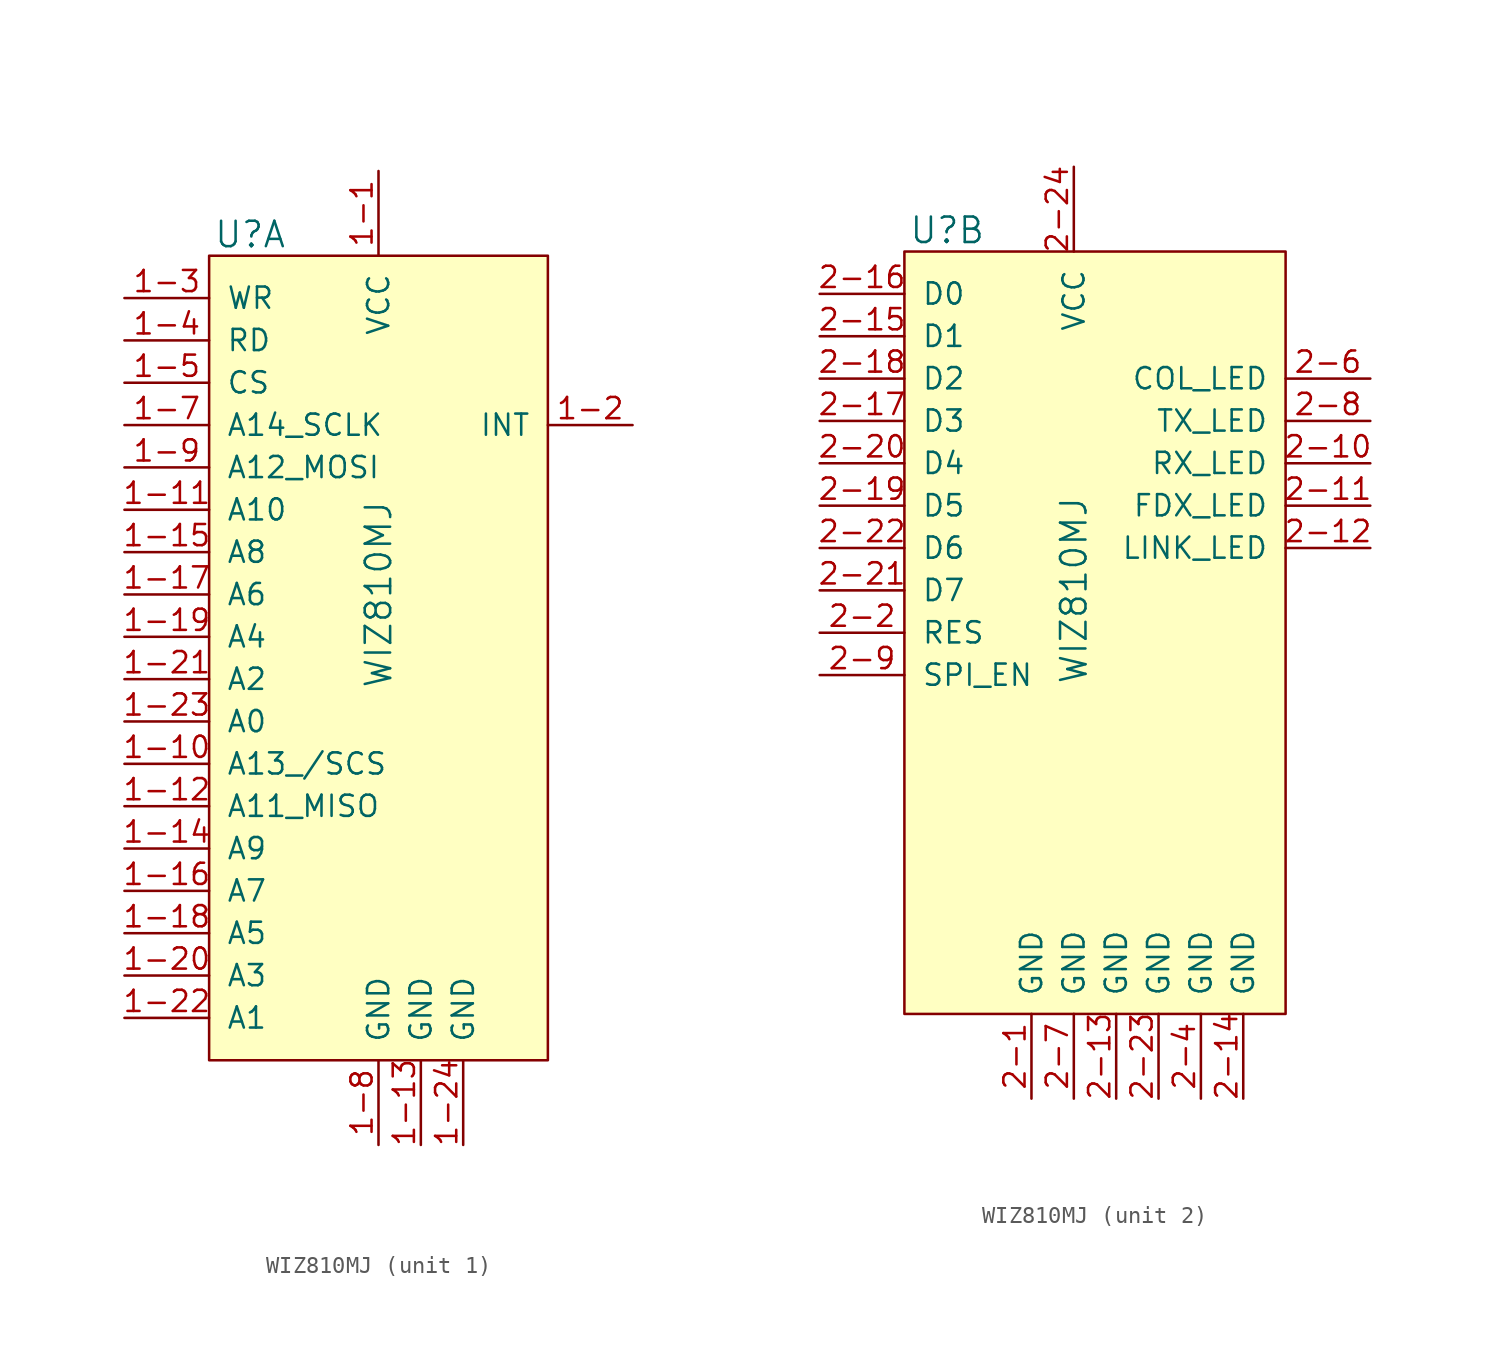
<source format=kicad_sym>
(kicad_symbol_lib
  (version 20211014)
  (generator kicad_symbol_editor)
  (symbol "WIZ810MJ"
    (pin_names
      (offset 1.016))
    (property "Reference" "U"
      (at -9.906 21.59 0)
      (effects (font (size 1.524 1.524)) (justify left)))
    (property "Value" "WIZ810MJ"
      (at 0 0 90)
      (effects (font (size 1.524 1.524))))
    (property "ki_locked" ""
      (at 0 0 0)
      (effects (font (size 1.27 1.27))))
    (symbol "WIZ810MJ_1_1"
      (rectangle (start -10.16 20.32) (end 10.16 -27.94) (stroke (width 0) (type default) (color 0 0 0 0)) (fill (type background)))
      (pin power_in line (at 0 25.4 270) (length 5.08) (name "VCC" (effects (font (size 1.27 1.27)))) (number "1-1" (effects (font (size 1.27 1.27)))))
      (pin input line (at -15.24 -10.16 0) (length 5.08) (name "A13_/SCS" (effects (font (size 1.27 1.27)))) (number "1-10" (effects (font (size 1.27 1.27)))))
      (pin input line (at -15.24 5.08 0) (length 5.08) (name "A10" (effects (font (size 1.27 1.27)))) (number "1-11" (effects (font (size 1.27 1.27)))))
      (pin bidirectional line (at -15.24 -12.7 0) (length 5.08) (name "A11_MISO" (effects (font (size 1.27 1.27)))) (number "1-12" (effects (font (size 1.27 1.27)))))
      (pin power_in line (at 2.54 -33.02 90) (length 5.08) (name "GND" (effects (font (size 1.27 1.27)))) (number "1-13" (effects (font (size 1.27 1.27)))))
      (pin input line (at -15.24 -15.24 0) (length 5.08) (name "A9" (effects (font (size 1.27 1.27)))) (number "1-14" (effects (font (size 1.27 1.27)))))
      (pin input line (at -15.24 2.54 0) (length 5.08) (name "A8" (effects (font (size 1.27 1.27)))) (number "1-15" (effects (font (size 1.27 1.27)))))
      (pin input line (at -15.24 -17.78 0) (length 5.08) (name "A7" (effects (font (size 1.27 1.27)))) (number "1-16" (effects (font (size 1.27 1.27)))))
      (pin input line (at -15.24 0 0) (length 5.08) (name "A6" (effects (font (size 1.27 1.27)))) (number "1-17" (effects (font (size 1.27 1.27)))))
      (pin input line (at -15.24 -20.32 0) (length 5.08) (name "A5" (effects (font (size 1.27 1.27)))) (number "1-18" (effects (font (size 1.27 1.27)))))
      (pin input line (at -15.24 -2.54 0) (length 5.08) (name "A4" (effects (font (size 1.27 1.27)))) (number "1-19" (effects (font (size 1.27 1.27)))))
      (pin output line (at 15.24 10.16 180) (length 5.08) (name "INT" (effects (font (size 1.27 1.27)))) (number "1-2" (effects (font (size 1.27 1.27)))))
      (pin input line (at -15.24 -22.86 0) (length 5.08) (name "A3" (effects (font (size 1.27 1.27)))) (number "1-20" (effects (font (size 1.27 1.27)))))
      (pin input line (at -15.24 -5.08 0) (length 5.08) (name "A2" (effects (font (size 1.27 1.27)))) (number "1-21" (effects (font (size 1.27 1.27)))))
      (pin input line (at -15.24 -25.4 0) (length 5.08) (name "A1" (effects (font (size 1.27 1.27)))) (number "1-22" (effects (font (size 1.27 1.27)))))
      (pin input line (at -15.24 -7.62 0) (length 5.08) (name "A0" (effects (font (size 1.27 1.27)))) (number "1-23" (effects (font (size 1.27 1.27)))))
      (pin power_in line (at 5.08 -33.02 90) (length 5.08) (name "GND" (effects (font (size 1.27 1.27)))) (number "1-24" (effects (font (size 1.27 1.27)))))
      (pin no_connect line (at 10.16 -12.7 180) (length 5.08) hide (name "NC" (effects (font (size 1.27 1.27)))) (number "1-25" (effects (font (size 1.27 1.27)))))
      (pin no_connect line (at 10.16 -15.24 180) (length 5.08) hide (name "NC" (effects (font (size 1.27 1.27)))) (number "1-26" (effects (font (size 1.27 1.27)))))
      (pin no_connect line (at 10.16 -17.78 180) (length 5.08) hide (name "NC" (effects (font (size 1.27 1.27)))) (number "1-27" (effects (font (size 1.27 1.27)))))
      (pin no_connect line (at 10.16 -20.32 180) (length 5.08) hide (name "NC" (effects (font (size 1.27 1.27)))) (number "1-28" (effects (font (size 1.27 1.27)))))
      (pin input line (at -15.24 17.78 0) (length 5.08) (name "WR" (effects (font (size 1.27 1.27)))) (number "1-3" (effects (font (size 1.27 1.27)))))
      (pin input line (at -15.24 15.24 0) (length 5.08) (name "RD" (effects (font (size 1.27 1.27)))) (number "1-4" (effects (font (size 1.27 1.27)))))
      (pin input line (at -15.24 12.7 0) (length 5.08) (name "CS" (effects (font (size 1.27 1.27)))) (number "1-5" (effects (font (size 1.27 1.27)))))
      (pin no_connect line (at 10.16 -10.16 180) (length 5.08) hide (name "NC" (effects (font (size 1.27 1.27)))) (number "1-6" (effects (font (size 1.27 1.27)))))
      (pin input line (at -15.24 10.16 0) (length 5.08) (name "A14_SCLK" (effects (font (size 1.27 1.27)))) (number "1-7" (effects (font (size 1.27 1.27)))))
      (pin power_in line (at 0 -33.02 90) (length 5.08) (name "GND" (effects (font (size 1.27 1.27)))) (number "1-8" (effects (font (size 1.27 1.27)))))
      (pin input line (at -15.24 7.62 0) (length 5.08) (name "A12_MOSI" (effects (font (size 1.27 1.27)))) (number "1-9" (effects (font (size 1.27 1.27))))))
    (symbol "WIZ810MJ_2_1"
      (rectangle (start -10.16 20.32) (end 12.7 -25.4) (stroke (width 0) (type default) (color 0 0 0 0)) (fill (type background)))
      (pin power_in line (at -2.54 -30.48 90) (length 5.08) (name "GND" (effects (font (size 1.27 1.27)))) (number "2-1" (effects (font (size 1.27 1.27)))))
      (pin output line (at 17.78 7.62 180) (length 5.08) (name "RX_LED" (effects (font (size 1.27 1.27)))) (number "2-10" (effects (font (size 1.27 1.27)))))
      (pin output line (at 17.78 5.08 180) (length 5.08) (name "FDX_LED" (effects (font (size 1.27 1.27)))) (number "2-11" (effects (font (size 1.27 1.27)))))
      (pin output line (at 17.78 2.54 180) (length 5.08) (name "LINK_LED" (effects (font (size 1.27 1.27)))) (number "2-12" (effects (font (size 1.27 1.27)))))
      (pin power_in line (at 2.54 -30.48 90) (length 5.08) (name "GND" (effects (font (size 1.27 1.27)))) (number "2-13" (effects (font (size 1.27 1.27)))))
      (pin power_in line (at 10.16 -30.48 90) (length 5.08) (name "GND" (effects (font (size 1.27 1.27)))) (number "2-14" (effects (font (size 1.27 1.27)))))
      (pin bidirectional line (at -15.24 15.24 0) (length 5.08) (name "D1" (effects (font (size 1.27 1.27)))) (number "2-15" (effects (font (size 1.27 1.27)))))
      (pin bidirectional line (at -15.24 17.78 0) (length 5.08) (name "D0" (effects (font (size 1.27 1.27)))) (number "2-16" (effects (font (size 1.27 1.27)))))
      (pin bidirectional line (at -15.24 10.16 0) (length 5.08) (name "D3" (effects (font (size 1.27 1.27)))) (number "2-17" (effects (font (size 1.27 1.27)))))
      (pin bidirectional line (at -15.24 12.7 0) (length 5.08) (name "D2" (effects (font (size 1.27 1.27)))) (number "2-18" (effects (font (size 1.27 1.27)))))
      (pin bidirectional line (at -15.24 5.08 0) (length 5.08) (name "D5" (effects (font (size 1.27 1.27)))) (number "2-19" (effects (font (size 1.27 1.27)))))
      (pin input line (at -15.24 -2.54 0) (length 5.08) (name "RES" (effects (font (size 1.27 1.27)))) (number "2-2" (effects (font (size 1.27 1.27)))))
      (pin bidirectional line (at -15.24 7.62 0) (length 5.08) (name "D4" (effects (font (size 1.27 1.27)))) (number "2-20" (effects (font (size 1.27 1.27)))))
      (pin bidirectional line (at -15.24 0 0) (length 5.08) (name "D7" (effects (font (size 1.27 1.27)))) (number "2-21" (effects (font (size 1.27 1.27)))))
      (pin bidirectional line (at -15.24 2.54 0) (length 5.08) (name "D6" (effects (font (size 1.27 1.27)))) (number "2-22" (effects (font (size 1.27 1.27)))))
      (pin power_in line (at 5.08 -30.48 90) (length 5.08) (name "GND" (effects (font (size 1.27 1.27)))) (number "2-23" (effects (font (size 1.27 1.27)))))
      (pin power_in line (at 0 25.4 270) (length 5.08) (name "VCC" (effects (font (size 1.27 1.27)))) (number "2-24" (effects (font (size 1.27 1.27)))))
      (pin no_connect line (at -10.16 -12.7 0) (length 5.08) hide (name "NC" (effects (font (size 1.27 1.27)))) (number "2-25" (effects (font (size 1.27 1.27)))))
      (pin no_connect line (at -10.16 -17.78 0) (length 5.08) hide (name "NC" (effects (font (size 1.27 1.27)))) (number "2-26" (effects (font (size 1.27 1.27)))))
      (pin no_connect line (at -10.16 -15.24 0) (length 5.08) hide (name "NC" (effects (font (size 1.27 1.27)))) (number "2-27" (effects (font (size 1.27 1.27)))))
      (pin no_connect line (at -10.16 -20.32 0) (length 5.08) hide (name "NC" (effects (font (size 1.27 1.27)))) (number "2-28" (effects (font (size 1.27 1.27)))))
      (pin no_connect line (at -10.16 -7.62 0) (length 5.08) hide (name "NC" (effects (font (size 1.27 1.27)))) (number "2-3" (effects (font (size 1.27 1.27)))))
      (pin power_in line (at 7.62 -30.48 90) (length 5.08) (name "GND" (effects (font (size 1.27 1.27)))) (number "2-4" (effects (font (size 1.27 1.27)))))
      (pin no_connect line (at -10.16 -10.16 0) (length 5.08) hide (name "NC" (effects (font (size 1.27 1.27)))) (number "2-5" (effects (font (size 1.27 1.27)))))
      (pin output line (at 17.78 12.7 180) (length 5.08) (name "COL_LED" (effects (font (size 1.27 1.27)))) (number "2-6" (effects (font (size 1.27 1.27)))))
      (pin power_in line (at 0 -30.48 90) (length 5.08) (name "GND" (effects (font (size 1.27 1.27)))) (number "2-7" (effects (font (size 1.27 1.27)))))
      (pin output line (at 17.78 10.16 180) (length 5.08) (name "TX_LED" (effects (font (size 1.27 1.27)))) (number "2-8" (effects (font (size 1.27 1.27)))))
      (pin input line (at -15.24 -5.08 0) (length 5.08) (name "SPI_EN" (effects (font (size 1.27 1.27)))) (number "2-9" (effects (font (size 1.27 1.27))))))))
</source>
